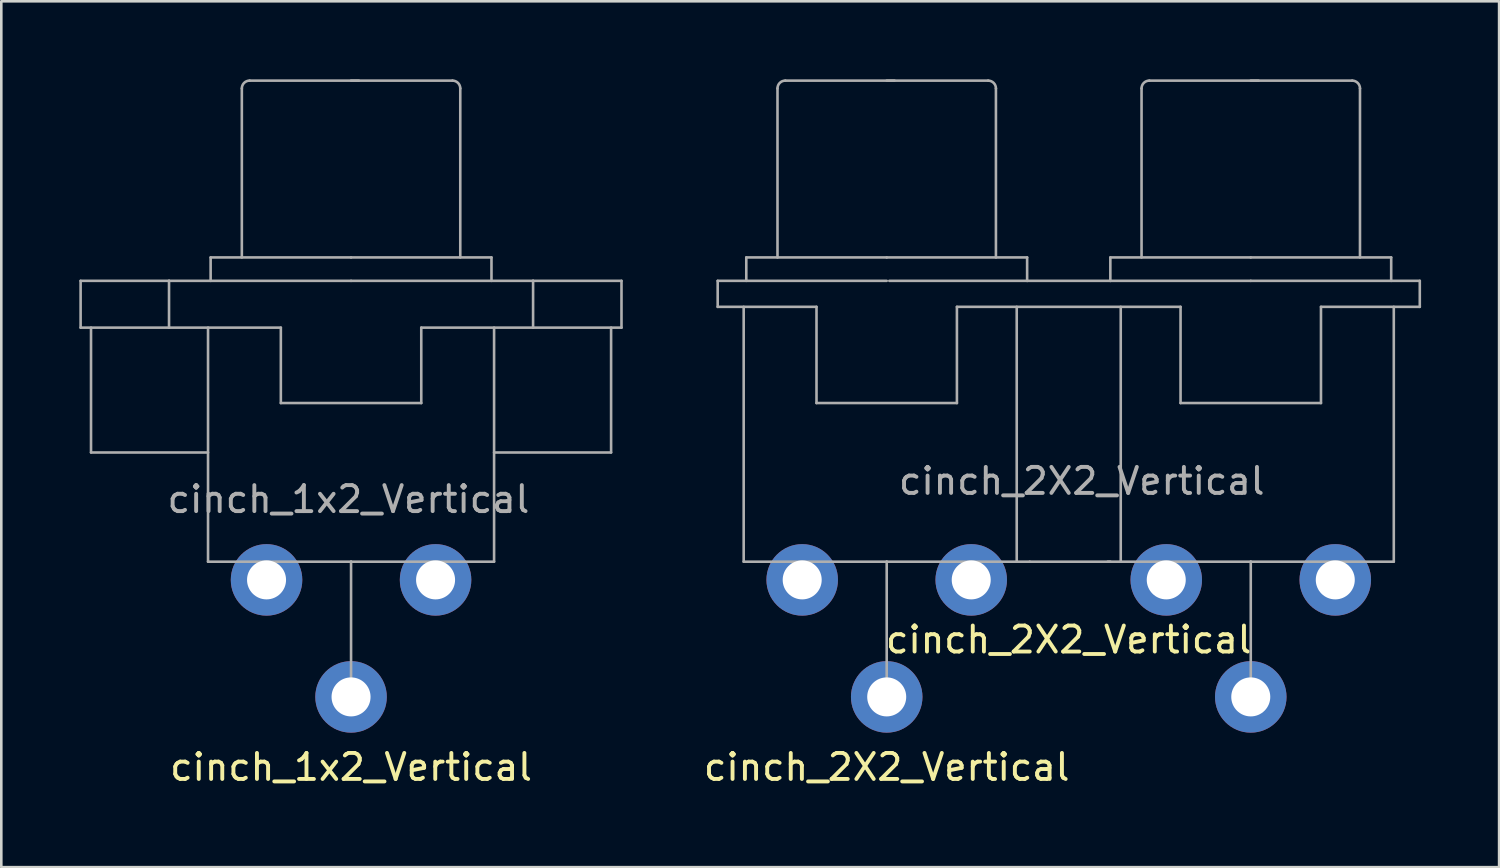
<source format=kicad_pcb>
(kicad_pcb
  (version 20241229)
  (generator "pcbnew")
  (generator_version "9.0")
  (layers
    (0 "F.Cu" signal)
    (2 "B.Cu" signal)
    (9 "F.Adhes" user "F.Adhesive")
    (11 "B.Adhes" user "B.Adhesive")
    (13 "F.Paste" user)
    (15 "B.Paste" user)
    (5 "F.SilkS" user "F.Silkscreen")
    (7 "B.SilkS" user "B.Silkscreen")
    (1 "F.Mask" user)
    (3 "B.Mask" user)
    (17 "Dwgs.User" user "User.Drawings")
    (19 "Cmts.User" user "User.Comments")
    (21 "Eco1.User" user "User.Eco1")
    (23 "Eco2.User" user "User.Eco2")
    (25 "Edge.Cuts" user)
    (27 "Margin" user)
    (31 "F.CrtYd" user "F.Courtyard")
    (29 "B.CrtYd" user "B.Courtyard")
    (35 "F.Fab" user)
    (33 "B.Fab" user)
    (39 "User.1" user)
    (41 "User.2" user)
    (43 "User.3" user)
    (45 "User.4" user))
  (footprint "cinch_1x2_Vertical"
    (layer "F.Cu")
    (at 10.45 19.25)
    (property "Reference" "cinch_1x2_Vertical" (at 0 7.2 0) (unlocked yes) (layer "F.SilkS") (effects (font (size 1 1) (thickness 0.15))))
    (attr through_hole)
    (fp_line (start -10.4 -11.5) (end -7 -11.5) (stroke (width 0.1) (type solid)) (layer "F.Fab"))
    (fp_line (start -10.4 -9.7) (end -10.4 -11.5) (stroke (width 0.1) (type solid)) (layer "F.Fab"))
    (fp_line (start -10 -4.9) (end -10 -9.7) (stroke (width 0.1) (type solid)) (layer "F.Fab"))
    (fp_line (start -7 -11.5) (end -7 -9.7) (stroke (width 0.1) (type solid)) (layer "F.Fab"))
    (fp_line (start -7 -9.7) (end -10.4 -9.7) (stroke (width 0.1) (type solid)) (layer "F.Fab"))
    (fp_line (start -5.5 -4.9) (end -10 -4.9) (stroke (width 0.1) (type solid)) (layer "F.Fab"))
    (fp_line (start -5.5 -0.7) (end -5.5 -9.7) (stroke (width 0.1) (type solid)) (layer "F.Fab"))
    (fp_line (start -5.4 -12.4) (end -5.4 -11.5) (stroke (width 0.1) (type solid)) (layer "F.Fab"))
    (fp_line (start -4.2 -18.9) (end -4.2 -12.4) (stroke (width 0.1) (type solid)) (layer "F.Fab"))
    (fp_line (start -2.7 -9.7) (end -7 -9.7) (stroke (width 0.1) (type solid)) (layer "F.Fab"))
    (fp_line (start -2.7 -6.8) (end -2.7 -9.7) (stroke (width 0.1) (type solid)) (layer "F.Fab"))
    (fp_line (start 0 -19.2) (end 3.9 -19.2) (stroke (width 0.1) (type solid)) (layer "F.Fab"))
    (fp_line (start 0 -12.4) (end -5.4 -12.4) (stroke (width 0.1) (type solid)) (layer "F.Fab"))
    (fp_line (start 0 -12.4) (end 5.4 -12.4) (stroke (width 0.1) (type solid)) (layer "F.Fab"))
    (fp_line (start 0 -11.5) (end -7 -11.5) (stroke (width 0.1) (type solid)) (layer "F.Fab"))
    (fp_line (start 0 -11.5) (end 7 -11.5) (stroke (width 0.1) (type solid)) (layer "F.Fab"))
    (fp_line (start 0 -0.7) (end -5.5 -0.7) (stroke (width 0.1) (type solid)) (layer "F.Fab"))
    (fp_line (start 0 -0.7) (end 0 4.8) (stroke (width 0.1) (type solid)) (layer "F.Fab"))
    (fp_line (start 0 -0.7) (end 5.5 -0.7) (stroke (width 0.1) (type solid)) (layer "F.Fab"))
    (fp_line (start 0.3 -19.2) (end -3.9 -19.2) (stroke (width 0.1) (type solid)) (layer "F.Fab"))
    (fp_line (start 2.7 -6.8) (end -2.7 -6.8) (stroke (width 0.1) (type solid)) (layer "F.Fab"))
    (fp_line (start 2.7 -6.8) (end 2.7 -9.7) (stroke (width 0.1) (type solid)) (layer "F.Fab"))
    (fp_line (start 4.2 -18.9) (end 4.2 -12.4) (stroke (width 0.1) (type solid)) (layer "F.Fab"))
    (fp_line (start 5.4 -12.4) (end 5.4 -11.5) (stroke (width 0.1) (type solid)) (layer "F.Fab"))
    (fp_line (start 5.5 -0.7) (end 5.5 -9.7) (stroke (width 0.1) (type solid)) (layer "F.Fab"))
    (fp_line (start 7 -11.5) (end 7 -9.7) (stroke (width 0.1) (type solid)) (layer "F.Fab"))
    (fp_line (start 7 -11.5) (end 10.4 -11.5) (stroke (width 0.1) (type solid)) (layer "F.Fab"))
    (fp_line (start 7 -9.7) (end 2.7 -9.7) (stroke (width 0.1) (type solid)) (layer "F.Fab"))
    (fp_line (start 7 -9.7) (end 10.4 -9.7) (stroke (width 0.1) (type solid)) (layer "F.Fab"))
    (fp_line (start 10 -9.7) (end 10 -4.9) (stroke (width 0.1) (type solid)) (layer "F.Fab"))
    (fp_line (start 10 -4.9) (end 5.5 -4.9) (stroke (width 0.1) (type solid)) (layer "F.Fab"))
    (fp_line (start 10.4 -9.7) (end 10.4 -11.5) (stroke (width 0.1) (type solid)) (layer "F.Fab"))
    (fp_arc (start -4.2 -18.9) (mid -4.112132 -19.112132) (end -3.9 -19.2) (stroke (width 0.1) (type solid)) (layer "F.Fab"))
    (fp_arc (start 3.9 -19.2) (mid 4.112132 -19.112132) (end 4.2 -18.9) (stroke (width 0.1) (type solid)) (layer "F.Fab"))
    (fp_text user "${REFERENCE}" (at -0.1 -3.1 0) (unlocked yes) (layer "F.Fab") (effects (font (size 1 1) (thickness 0.15))))
    (pad "1" thru_hole circle (at 3.25 0) (size 2.75 2.75) (drill 1.5) (layers "*.Cu" "*.Mask"))
    (pad "2" thru_hole circle (at -3.25 0) (size 2.75 2.75) (drill 1.5) (layers "*.Cu" "*.Mask"))
    (pad "3" thru_hole circle (at 0 4.5) (size 2.75 2.75) (drill 1.5) (layers "*.Cu" "*.Mask")))
  (footprint "cinch_2X2_Vertical"
    (layer "F.Cu")
    (at 31.049 19.25)
    (property "Reference" "cinch_2X2_Vertical" (at 0 7.2 0) (unlocked yes) (layer "F.SilkS") (effects (font (size 1 1) (thickness 0.15))))
    (attr through_hole)
    (fp_line (start -6.5 -11.5) (end -6.5 -10.5) (stroke (width 0.1) (type solid)) (layer "F.Fab"))
    (fp_line (start -5.5 -0.7) (end -5.5 -10.5) (stroke (width 0.1) (type solid)) (layer "F.Fab"))
    (fp_line (start -5.4 -12.4) (end -5.4 -11.5) (stroke (width 0.1) (type solid)) (layer "F.Fab"))
    (fp_line (start -4.2 -18.9) (end -4.2 -12.4) (stroke (width 0.1) (type solid)) (layer "F.Fab"))
    (fp_line (start -2.7 -10.5) (end -6.5 -10.5) (stroke (width 0.1) (type solid)) (layer "F.Fab"))
    (fp_line (start -2.7 -6.8) (end -2.7 -10.5) (stroke (width 0.1) (type solid)) (layer "F.Fab"))
    (fp_line (start 0 -19.2) (end 3.9 -19.2) (stroke (width 0.1) (type solid)) (layer "F.Fab"))
    (fp_line (start 0 -12.4) (end -5.4 -12.4) (stroke (width 0.1) (type solid)) (layer "F.Fab"))
    (fp_line (start 0 -12.4) (end 5.4 -12.4) (stroke (width 0.1) (type solid)) (layer "F.Fab"))
    (fp_line (start 0 -11.5) (end -6.5 -11.5) (stroke (width 0.1) (type solid)) (layer "F.Fab"))
    (fp_line (start 0 -0.7) (end -5.5 -0.7) (stroke (width 0.1) (type solid)) (layer "F.Fab"))
    (fp_line (start 0 -0.7) (end 0 4.8) (stroke (width 0.1) (type solid)) (layer "F.Fab"))
    (fp_line (start 0 -0.7) (end 5.5 -0.7) (stroke (width 0.1) (type solid)) (layer "F.Fab"))
    (fp_line (start 0.1 -11.5) (end 5.4 -11.5) (stroke (width 0.1) (type solid)) (layer "F.Fab"))
    (fp_line (start 0.3 -19.2) (end -3.9 -19.2) (stroke (width 0.1) (type solid)) (layer "F.Fab"))
    (fp_line (start 2.7 -10.5) (end 11.3 -10.5) (stroke (width 0.1) (type solid)) (layer "F.Fab"))
    (fp_line (start 2.7 -6.8) (end -2.7 -6.8) (stroke (width 0.1) (type solid)) (layer "F.Fab"))
    (fp_line (start 2.7 -6.8) (end 2.7 -10.5) (stroke (width 0.1) (type solid)) (layer "F.Fab"))
    (fp_line (start 4.2 -18.9) (end 4.2 -12.4) (stroke (width 0.1) (type solid)) (layer "F.Fab"))
    (fp_line (start 5 -0.7) (end 5 -10.5) (stroke (width 0.1) (type solid)) (layer "F.Fab"))
    (fp_line (start 5.4 -12.4) (end 5.4 -11.5) (stroke (width 0.1) (type solid)) (layer "F.Fab"))
    (fp_line (start 5.4 -11.5) (end 8.6 -11.5) (stroke (width 0.1) (type solid)) (layer "F.Fab"))
    (fp_line (start 5.5 -0.7) (end 8.6 -0.7) (stroke (width 0.1) (type solid)) (layer "F.Fab"))
    (fp_line (start 8.6 -12.4) (end 8.6 -11.5) (stroke (width 0.1) (type solid)) (layer "F.Fab"))
    (fp_line (start 8.6 -11.5) (end 14 -11.5) (stroke (width 0.1) (type solid)) (layer "F.Fab"))
    (fp_line (start 9 -0.7) (end 9 -10.5) (stroke (width 0.1) (type solid)) (layer "F.Fab"))
    (fp_line (start 9.8 -18.9) (end 9.8 -12.4) (stroke (width 0.1) (type solid)) (layer "F.Fab"))
    (fp_line (start 11.3 -6.8) (end 11.3 -10.5) (stroke (width 0.1) (type solid)) (layer "F.Fab"))
    (fp_line (start 14 -19.2) (end 17.9 -19.2) (stroke (width 0.1) (type solid)) (layer "F.Fab"))
    (fp_line (start 14 -12.4) (end 8.6 -12.4) (stroke (width 0.1) (type solid)) (layer "F.Fab"))
    (fp_line (start 14 -12.4) (end 19.4 -12.4) (stroke (width 0.1) (type solid)) (layer "F.Fab"))
    (fp_line (start 14 -11.5) (end 20.5 -11.5) (stroke (width 0.1) (type solid)) (layer "F.Fab"))
    (fp_line (start 14 -0.7) (end 8.5 -0.7) (stroke (width 0.1) (type solid)) (layer "F.Fab"))
    (fp_line (start 14 -0.7) (end 14 4.8) (stroke (width 0.1) (type solid)) (layer "F.Fab"))
    (fp_line (start 14 -0.7) (end 19.5 -0.7) (stroke (width 0.1) (type solid)) (layer "F.Fab"))
    (fp_line (start 14.3 -19.2) (end 10.1 -19.2) (stroke (width 0.1) (type solid)) (layer "F.Fab"))
    (fp_line (start 16.7 -6.8) (end 11.3 -6.8) (stroke (width 0.1) (type solid)) (layer "F.Fab"))
    (fp_line (start 16.7 -6.8) (end 16.7 -10.5) (stroke (width 0.1) (type solid)) (layer "F.Fab"))
    (fp_line (start 18.2 -18.9) (end 18.2 -12.4) (stroke (width 0.1) (type solid)) (layer "F.Fab"))
    (fp_line (start 19.4 -12.4) (end 19.4 -11.5) (stroke (width 0.1) (type solid)) (layer "F.Fab"))
    (fp_line (start 19.5 -0.7) (end 19.5 -10.5) (stroke (width 0.1) (type solid)) (layer "F.Fab"))
    (fp_line (start 20.5 -11.5) (end 20.5 -10.5) (stroke (width 0.1) (type solid)) (layer "F.Fab"))
    (fp_line (start 20.5 -10.5) (end 16.7 -10.5) (stroke (width 0.1) (type solid)) (layer "F.Fab"))
    (fp_arc (start -4.2 -18.9) (mid -4.112132 -19.112132) (end -3.9 -19.2) (stroke (width 0.1) (type solid)) (layer "F.Fab"))
    (fp_arc (start 3.9 -19.2) (mid 4.112132 -19.112132) (end 4.2 -18.9) (stroke (width 0.1) (type solid)) (layer "F.Fab"))
    (fp_arc (start 9.8 -18.9) (mid 9.887868 -19.112132) (end 10.1 -19.2) (stroke (width 0.1) (type solid)) (layer "F.Fab"))
    (fp_arc (start 17.9 -19.2) (mid 18.112132 -19.112132) (end 18.2 -18.9) (stroke (width 0.1) (type solid)) (layer "F.Fab"))
    (fp_text user "${REFERENCE}" (at 7 2.3 0) (unlocked yes) (layer "F.SilkS") (effects (font (size 1 1) (thickness 0.15))))
    (fp_text user "${REFERENCE}" (at 7.5 -3.8 0) (unlocked yes) (layer "F.Fab") (effects (font (size 1 1) (thickness 0.15))))
    (pad "1" thru_hole circle (at 3.25 0) (size 2.75 2.75) (drill 1.5) (layers "*.Cu" "*.Mask"))
    (pad "2" thru_hole circle (at -3.25 0) (size 2.75 2.75) (drill 1.5) (layers "*.Cu" "*.Mask"))
    (pad "3" thru_hole circle (at 0 4.5) (size 2.75 2.75) (drill 1.5) (layers "*.Cu" "*.Mask"))
    (pad "4" thru_hole circle (at 17.25 0) (size 2.75 2.75) (drill 1.5) (layers "*.Cu" "*.Mask"))
    (pad "5" thru_hole circle (at 10.75 0) (size 2.75 2.75) (drill 1.5) (layers "*.Cu" "*.Mask"))
    (pad "6" thru_hole circle (at 14 4.5) (size 2.75 2.75) (drill 1.5) (layers "*.Cu" "*.Mask")))
  (gr_rect
    (start -3 -3)
    (end 54.599 30.298)
    (stroke (width 0.1) (type default))
    (fill no)
    (layer "Edge.Cuts")))
</source>
